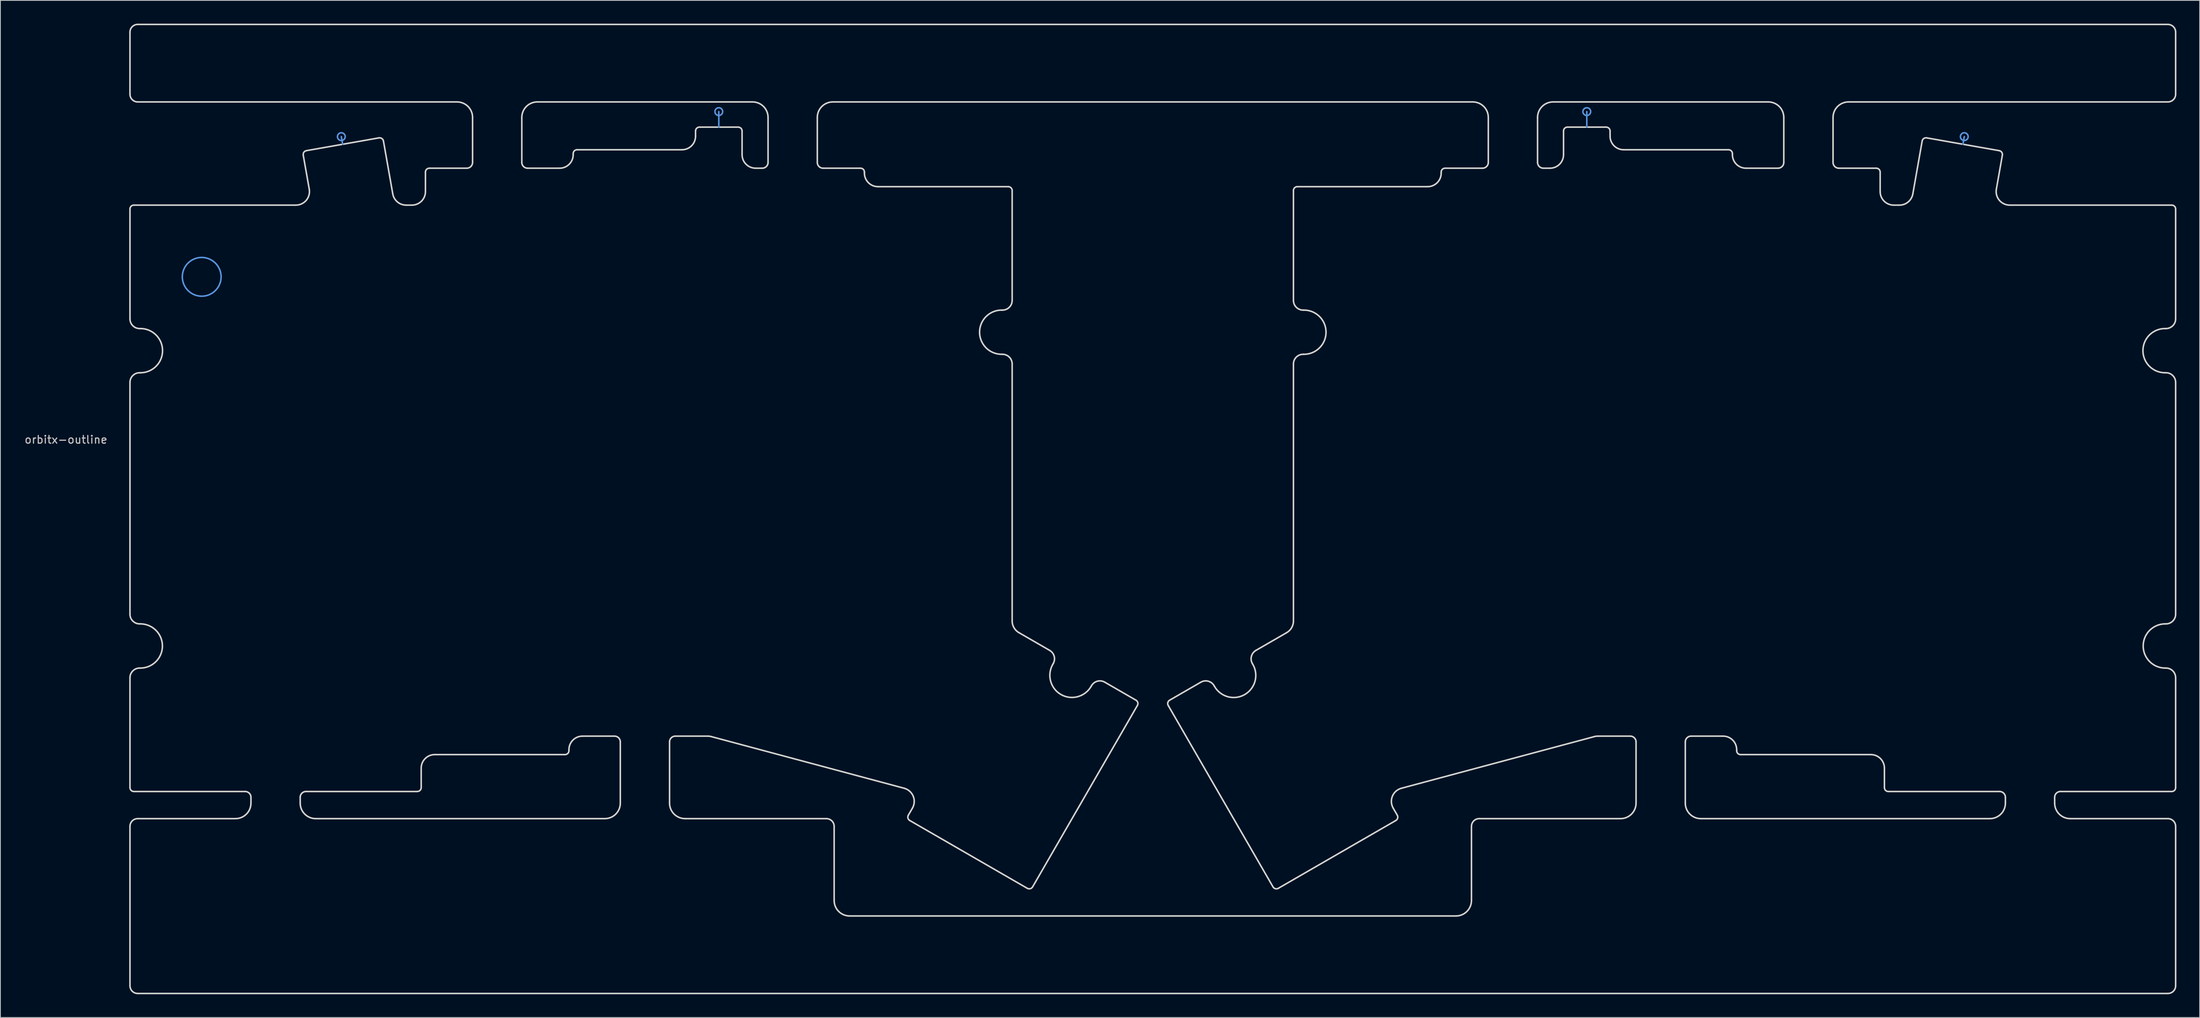
<source format=kicad_pcb>
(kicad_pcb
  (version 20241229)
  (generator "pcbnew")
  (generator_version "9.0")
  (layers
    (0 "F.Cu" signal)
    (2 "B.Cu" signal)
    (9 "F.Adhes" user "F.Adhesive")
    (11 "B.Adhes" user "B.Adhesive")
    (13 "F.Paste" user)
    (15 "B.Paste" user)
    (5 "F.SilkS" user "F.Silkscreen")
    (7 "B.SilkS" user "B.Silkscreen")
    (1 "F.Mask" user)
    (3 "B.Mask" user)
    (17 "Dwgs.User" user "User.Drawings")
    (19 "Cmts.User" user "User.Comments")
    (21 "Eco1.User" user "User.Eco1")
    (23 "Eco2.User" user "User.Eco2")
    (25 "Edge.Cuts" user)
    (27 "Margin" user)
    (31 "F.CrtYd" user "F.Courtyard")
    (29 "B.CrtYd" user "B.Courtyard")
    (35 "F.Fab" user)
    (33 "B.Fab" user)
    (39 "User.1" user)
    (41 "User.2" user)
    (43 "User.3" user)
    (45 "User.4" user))
  (footprint "orbitx-outline"
    (layer "F.Cu")
    (at 22.958 32.669)
    (property "Reference" "orbitx-outline" (at -17.5 21 0) (layer "Dwgs.User") (effects (font (size 1 1) (thickness 0.15))))
    (attr exclude_from_pos_files exclude_from_bom)
    (fp_line (start 18.176 -17.107) (end 18.003 -18.092) (stroke (width 0.2) (type solid)) (layer "Cmts.User"))
    (fp_line (start 66.675 -19.319) (end 66.675 -21.319) (stroke (width 0.2) (type solid)) (layer "Cmts.User"))
    (fp_line (start 178.594 -19.319) (end 178.594 -21.319) (stroke (width 0.2) (type solid)) (layer "Cmts.User"))
    (fp_line (start 227.092 -17.107) (end 227.266 -18.092) (stroke (width 0.2) (type solid)) (layer "Cmts.User"))
    (fp_circle (center -0.000001 -0.006) (end 2.5 -0.006) (stroke (width 0.2) (type solid)) (fill no) (layer "Cmts.User"))
    (fp_circle (center 18.003 -18.092) (end 18.503 -18.092) (stroke (width 0.2) (type solid)) (fill no) (layer "Cmts.User"))
    (fp_circle (center 66.675 -21.319) (end 67.175 -21.319) (stroke (width 0.2) (type solid)) (fill no) (layer "Cmts.User"))
    (fp_circle (center 178.594 -21.319) (end 179.094 -21.319) (stroke (width 0.2) (type solid)) (fill no) (layer "Cmts.User"))
    (fp_circle (center 227.266 -18.092) (end 227.766 -18.092) (stroke (width 0.2) (type solid)) (fill no) (layer "Cmts.User"))
    (fp_line (start -9.25 -23.569) (end -9.25 -31.569) (stroke (width 0.2) (type solid)) (layer "Edge.Cuts"))
    (fp_line (start -9.25 5.419) (end -9.25 -8.756) (stroke (width 0.2) (type solid)) (layer "Edge.Cuts"))
    (fp_line (start -9.25 65.894) (end -9.25 51.719) (stroke (width 0.2) (type solid)) (layer "Edge.Cuts"))
    (fp_line (start -9.25 43.519) (end -9.25 13.619) (stroke (width 0.2) (type solid)) (layer "Edge.Cuts"))
    (fp_line (start -9.25 91.451) (end -9.25 70.894) (stroke (width 0.2) (type solid)) (layer "Edge.Cuts"))
    (fp_line (start -8.75 -9.256) (end 12.144 -9.256) (stroke (width 0.2) (type solid)) (layer "Edge.Cuts"))
    (fp_line (start -8.25 -32.569) (end 253.519 -32.569) (stroke (width 0.2) (type solid)) (layer "Edge.Cuts"))
    (fp_line (start -8.25 69.894) (end 4.35 69.894) (stroke (width 0.2) (type solid)) (layer "Edge.Cuts"))
    (fp_line (start -8 12.369) (end -7.9 12.369) (stroke (width 0.2) (type solid)) (layer "Edge.Cuts"))
    (fp_line (start -8 50.469) (end -7.9 50.469) (stroke (width 0.2) (type solid)) (layer "Edge.Cuts"))
    (fp_line (start -7.9 44.769) (end -8 44.769) (stroke (width 0.2) (type solid)) (layer "Edge.Cuts"))
    (fp_line (start -7.9 6.669) (end -8 6.669) (stroke (width 0.2) (type solid)) (layer "Edge.Cuts"))
    (fp_line (start 5.6 66.394) (end -8.75 66.394) (stroke (width 0.2) (type solid)) (layer "Edge.Cuts"))
    (fp_line (start 6.35 67.894) (end 6.35 67.144) (stroke (width 0.2) (type solid)) (layer "Edge.Cuts"))
    (fp_line (start 12.7 67.894) (end 12.7 67.144) (stroke (width 0.2) (type solid)) (layer "Edge.Cuts"))
    (fp_line (start 13.45 66.394) (end 27.8 66.394) (stroke (width 0.2) (type solid)) (layer "Edge.Cuts"))
    (fp_line (start 13.499 -16.282) (end 22.854 -17.932) (stroke (width 0.2) (type solid)) (layer "Edge.Cuts"))
    (fp_line (start 13.868 -11.31) (end 13.093 -15.703) (stroke (width 0.2) (type solid)) (layer "Edge.Cuts"))
    (fp_line (start 23.433 -17.526) (end 24.637 -10.702) (stroke (width 0.2) (type solid)) (layer "Edge.Cuts"))
    (fp_line (start 26.36 -9.256) (end 27.1 -9.256) (stroke (width 0.2) (type solid)) (layer "Edge.Cuts"))
    (fp_line (start 28.3 65.894) (end 28.3 63.381) (stroke (width 0.2) (type solid)) (layer "Edge.Cuts"))
    (fp_line (start 28.85 -11.006) (end 28.85 -13.519) (stroke (width 0.2) (type solid)) (layer "Edge.Cuts"))
    (fp_line (start 29.35 -14.019) (end 34.175 -14.019) (stroke (width 0.2) (type solid)) (layer "Edge.Cuts"))
    (fp_line (start 30.05 61.631) (end 46.85 61.631) (stroke (width 0.2) (type solid)) (layer "Edge.Cuts"))
    (fp_line (start 32.925 -22.569) (end -8.25 -22.569) (stroke (width 0.2) (type solid)) (layer "Edge.Cuts"))
    (fp_line (start 34.925 -14.769) (end 34.925 -20.569) (stroke (width 0.2) (type solid)) (layer "Edge.Cuts"))
    (fp_line (start 41.275 -20.569) (end 41.275 -14.769) (stroke (width 0.2) (type solid)) (layer "Edge.Cuts"))
    (fp_line (start 42.025 -14.019) (end 46.15 -14.019) (stroke (width 0.2) (type solid)) (layer "Edge.Cuts"))
    (fp_line (start 47.35 61.131) (end 47.35 61) (stroke (width 0.2) (type solid)) (layer "Edge.Cuts"))
    (fp_line (start 47.9 -15.769) (end 47.9 -15.9) (stroke (width 0.2) (type solid)) (layer "Edge.Cuts"))
    (fp_line (start 48.4 -16.4) (end 61.925 -16.4) (stroke (width 0.2) (type solid)) (layer "Edge.Cuts"))
    (fp_line (start 49.1 59.25) (end 53.225 59.25) (stroke (width 0.2) (type solid)) (layer "Edge.Cuts"))
    (fp_line (start 51.975 69.894) (end 14.7 69.894) (stroke (width 0.2) (type solid)) (layer "Edge.Cuts"))
    (fp_line (start 53.975 60) (end 53.975 67.894) (stroke (width 0.2) (type solid)) (layer "Edge.Cuts"))
    (fp_line (start 60.325 60) (end 60.325 67.894) (stroke (width 0.2) (type solid)) (layer "Edge.Cuts"))
    (fp_line (start 62.325 69.894) (end 80.546 69.894) (stroke (width 0.2) (type solid)) (layer "Edge.Cuts"))
    (fp_line (start 63.675 -18.15) (end 63.675 -18.819) (stroke (width 0.2) (type solid)) (layer "Edge.Cuts"))
    (fp_line (start 64.175 -19.319) (end 69.175 -19.319) (stroke (width 0.2) (type solid)) (layer "Edge.Cuts"))
    (fp_line (start 65.249 59.25) (end 61.075 59.25) (stroke (width 0.2) (type solid)) (layer "Edge.Cuts"))
    (fp_line (start 69.675 -18.819) (end 69.675 -15.769) (stroke (width 0.2) (type solid)) (layer "Edge.Cuts"))
    (fp_line (start 71.025 -22.569) (end 43.275 -22.569) (stroke (width 0.2) (type solid)) (layer "Edge.Cuts"))
    (fp_line (start 71.425 -14.019) (end 72.275 -14.019) (stroke (width 0.2) (type solid)) (layer "Edge.Cuts"))
    (fp_line (start 73.025 -14.769) (end 73.025 -20.569) (stroke (width 0.2) (type solid)) (layer "Edge.Cuts"))
    (fp_line (start 79.375 -20.569) (end 79.375 -14.769) (stroke (width 0.2) (type solid)) (layer "Edge.Cuts"))
    (fp_line (start 80.125 -14.019) (end 84.95 -14.019) (stroke (width 0.2) (type solid)) (layer "Edge.Cuts"))
    (fp_line (start 81.546 70.894) (end 81.546 80.451) (stroke (width 0.2) (type solid)) (layer "Edge.Cuts"))
    (fp_line (start 83.546 82.451) (end 161.723 82.451) (stroke (width 0.2) (type solid)) (layer "Edge.Cuts"))
    (fp_line (start 85.45 -13.519) (end 85.45 -13.387) (stroke (width 0.2) (type solid)) (layer "Edge.Cuts"))
    (fp_line (start 87.2 -11.637) (end 104 -11.637) (stroke (width 0.2) (type solid)) (layer "Edge.Cuts"))
    (fp_line (start 90.576 65.975) (end 65.702 59.31) (stroke (width 0.2) (type solid)) (layer "Edge.Cuts"))
    (fp_line (start 91.113 69.451) (end 91.639 68.54) (stroke (width 0.2) (type solid)) (layer "Edge.Cuts"))
    (fp_line (start 103.15 9.988) (end 103.25 9.988) (stroke (width 0.2) (type solid)) (layer "Edge.Cuts"))
    (fp_line (start 103.25 4.287) (end 103.15 4.287) (stroke (width 0.2) (type solid)) (layer "Edge.Cuts"))
    (fp_line (start 104.5 -11.137) (end 104.5 3.038) (stroke (width 0.2) (type solid)) (layer "Edge.Cuts"))
    (fp_line (start 104.5 11.238) (end 104.5 44.386) (stroke (width 0.2) (type solid)) (layer "Edge.Cuts"))
    (fp_line (start 105.375 45.901) (end 109.336 48.188) (stroke (width 0.2) (type solid)) (layer "Edge.Cuts"))
    (fp_line (start 106.452 78.884) (end 91.296 70.134) (stroke (width 0.2) (type solid)) (layer "Edge.Cuts"))
    (fp_line (start 109.793 49.896) (end 109.743 49.982) (stroke (width 0.2) (type solid)) (layer "Edge.Cuts"))
    (fp_line (start 114.68 52.832) (end 114.73 52.746) (stroke (width 0.2) (type solid)) (layer "Edge.Cuts"))
    (fp_line (start 116.437 52.288) (end 120.464 54.613) (stroke (width 0.2) (type solid)) (layer "Edge.Cuts"))
    (fp_line (start 120.647 55.296) (end 107.135 78.701) (stroke (width 0.2) (type solid)) (layer "Edge.Cuts"))
    (fp_line (start 124.805 54.613) (end 128.832 52.288) (stroke (width 0.2) (type solid)) (layer "Edge.Cuts"))
    (fp_line (start 130.539 52.746) (end 130.589 52.832) (stroke (width 0.2) (type solid)) (layer "Edge.Cuts"))
    (fp_line (start 135.526 49.982) (end 135.476 49.896) (stroke (width 0.2) (type solid)) (layer "Edge.Cuts"))
    (fp_line (start 135.933 48.188) (end 139.894 45.901) (stroke (width 0.2) (type solid)) (layer "Edge.Cuts"))
    (fp_line (start 138.134 78.701) (end 124.622 55.296) (stroke (width 0.2) (type solid)) (layer "Edge.Cuts"))
    (fp_line (start 140.769 3.038) (end 140.769 -11.137) (stroke (width 0.2) (type solid)) (layer "Edge.Cuts"))
    (fp_line (start 140.769 44.386) (end 140.769 11.238) (stroke (width 0.2) (type solid)) (layer "Edge.Cuts"))
    (fp_line (start 141.269 -11.637) (end 158.069 -11.637) (stroke (width 0.2) (type solid)) (layer "Edge.Cuts"))
    (fp_line (start 142.019 9.988) (end 142.119 9.988) (stroke (width 0.2) (type solid)) (layer "Edge.Cuts"))
    (fp_line (start 142.119 4.287) (end 142.019 4.287) (stroke (width 0.2) (type solid)) (layer "Edge.Cuts"))
    (fp_line (start 153.63 68.54) (end 154.156 69.451) (stroke (width 0.2) (type solid)) (layer "Edge.Cuts"))
    (fp_line (start 153.973 70.134) (end 138.817 78.884) (stroke (width 0.2) (type solid)) (layer "Edge.Cuts"))
    (fp_line (start 159.819 -13.387) (end 159.819 -13.519) (stroke (width 0.2) (type solid)) (layer "Edge.Cuts"))
    (fp_line (start 160.319 -14.019) (end 165.144 -14.019) (stroke (width 0.2) (type solid)) (layer "Edge.Cuts"))
    (fp_line (start 163.723 80.451) (end 163.723 70.894) (stroke (width 0.2) (type solid)) (layer "Edge.Cuts"))
    (fp_line (start 163.894 -22.569) (end 81.375 -22.569) (stroke (width 0.2) (type solid)) (layer "Edge.Cuts"))
    (fp_line (start 164.723 69.894) (end 182.944 69.894) (stroke (width 0.2) (type solid)) (layer "Edge.Cuts"))
    (fp_line (start 165.894 -14.769) (end 165.894 -20.569) (stroke (width 0.2) (type solid)) (layer "Edge.Cuts"))
    (fp_line (start 172.244 -20.569) (end 172.244 -14.769) (stroke (width 0.2) (type solid)) (layer "Edge.Cuts"))
    (fp_line (start 172.994 -14.019) (end 173.844 -14.019) (stroke (width 0.2) (type solid)) (layer "Edge.Cuts"))
    (fp_line (start 175.594 -15.769) (end 175.594 -18.819) (stroke (width 0.2) (type solid)) (layer "Edge.Cuts"))
    (fp_line (start 176.094 -19.319) (end 181.094 -19.319) (stroke (width 0.2) (type solid)) (layer "Edge.Cuts"))
    (fp_line (start 179.567 59.31) (end 154.693 65.975) (stroke (width 0.2) (type solid)) (layer "Edge.Cuts"))
    (fp_line (start 181.594 -18.819) (end 181.594 -18.15) (stroke (width 0.2) (type solid)) (layer "Edge.Cuts"))
    (fp_line (start 183.344 -16.4) (end 196.869 -16.4) (stroke (width 0.2) (type solid)) (layer "Edge.Cuts"))
    (fp_line (start 184.194 59.25) (end 180.02 59.25) (stroke (width 0.2) (type solid)) (layer "Edge.Cuts"))
    (fp_line (start 184.944 67.894) (end 184.944 60) (stroke (width 0.2) (type solid)) (layer "Edge.Cuts"))
    (fp_line (start 191.294 67.894) (end 191.294 60) (stroke (width 0.2) (type solid)) (layer "Edge.Cuts"))
    (fp_line (start 192.044 59.25) (end 196.169 59.25) (stroke (width 0.2) (type solid)) (layer "Edge.Cuts"))
    (fp_line (start 197.369 -15.9) (end 197.369 -15.769) (stroke (width 0.2) (type solid)) (layer "Edge.Cuts"))
    (fp_line (start 197.919 61) (end 197.919 61.131) (stroke (width 0.2) (type solid)) (layer "Edge.Cuts"))
    (fp_line (start 198.419 61.631) (end 215.219 61.631) (stroke (width 0.2) (type solid)) (layer "Edge.Cuts"))
    (fp_line (start 199.119 -14.019) (end 203.244 -14.019) (stroke (width 0.2) (type solid)) (layer "Edge.Cuts"))
    (fp_line (start 201.994 -22.569) (end 174.244 -22.569) (stroke (width 0.2) (type solid)) (layer "Edge.Cuts"))
    (fp_line (start 203.994 -14.769) (end 203.994 -20.569) (stroke (width 0.2) (type solid)) (layer "Edge.Cuts"))
    (fp_line (start 210.344 -20.569) (end 210.344 -14.769) (stroke (width 0.2) (type solid)) (layer "Edge.Cuts"))
    (fp_line (start 211.094 -14.019) (end 215.919 -14.019) (stroke (width 0.2) (type solid)) (layer "Edge.Cuts"))
    (fp_line (start 216.419 -13.519) (end 216.419 -11.006) (stroke (width 0.2) (type solid)) (layer "Edge.Cuts"))
    (fp_line (start 216.969 63.381) (end 216.969 65.894) (stroke (width 0.2) (type solid)) (layer "Edge.Cuts"))
    (fp_line (start 217.469 66.394) (end 231.819 66.394) (stroke (width 0.2) (type solid)) (layer "Edge.Cuts"))
    (fp_line (start 218.169 -9.256) (end 218.909 -9.256) (stroke (width 0.2) (type solid)) (layer "Edge.Cuts"))
    (fp_line (start 220.632 -10.702) (end 221.835 -17.526) (stroke (width 0.2) (type solid)) (layer "Edge.Cuts"))
    (fp_line (start 222.414 -17.932) (end 231.77 -16.282) (stroke (width 0.2) (type solid)) (layer "Edge.Cuts"))
    (fp_line (start 230.569 69.894) (end 193.294 69.894) (stroke (width 0.2) (type solid)) (layer "Edge.Cuts"))
    (fp_line (start 232.176 -15.703) (end 231.401 -11.31) (stroke (width 0.2) (type solid)) (layer "Edge.Cuts"))
    (fp_line (start 232.569 67.144) (end 232.569 67.894) (stroke (width 0.2) (type solid)) (layer "Edge.Cuts"))
    (fp_line (start 233.125 -9.256) (end 254.019 -9.256) (stroke (width 0.2) (type solid)) (layer "Edge.Cuts"))
    (fp_line (start 238.919 67.144) (end 238.919 67.894) (stroke (width 0.2) (type solid)) (layer "Edge.Cuts"))
    (fp_line (start 240.919 69.894) (end 253.519 69.894) (stroke (width 0.2) (type solid)) (layer "Edge.Cuts"))
    (fp_line (start 253.169 50.469) (end 253.269 50.469) (stroke (width 0.2) (type solid)) (layer "Edge.Cuts"))
    (fp_line (start 253.169 12.369) (end 253.269 12.369) (stroke (width 0.2) (type solid)) (layer "Edge.Cuts"))
    (fp_line (start 253.269 6.669) (end 253.169 6.669) (stroke (width 0.2) (type solid)) (layer "Edge.Cuts"))
    (fp_line (start 253.269 44.769) (end 253.169 44.769) (stroke (width 0.2) (type solid)) (layer "Edge.Cuts"))
    (fp_line (start 253.519 -22.569) (end 212.344 -22.569) (stroke (width 0.2) (type solid)) (layer "Edge.Cuts"))
    (fp_line (start 253.519 92.451) (end -8.25 92.451) (stroke (width 0.2) (type solid)) (layer "Edge.Cuts"))
    (fp_line (start 254.019 66.394) (end 239.669 66.394) (stroke (width 0.2) (type solid)) (layer "Edge.Cuts"))
    (fp_line (start 254.519 -31.569) (end 254.519 -23.569) (stroke (width 0.2) (type solid)) (layer "Edge.Cuts"))
    (fp_line (start 254.519 -8.756) (end 254.519 5.419) (stroke (width 0.2) (type solid)) (layer "Edge.Cuts"))
    (fp_line (start 254.519 13.619) (end 254.519 43.519) (stroke (width 0.2) (type solid)) (layer "Edge.Cuts"))
    (fp_line (start 254.519 51.719) (end 254.519 65.894) (stroke (width 0.2) (type solid)) (layer "Edge.Cuts"))
    (fp_line (start 254.519 70.894) (end 254.519 91.451) (stroke (width 0.2) (type solid)) (layer "Edge.Cuts"))
    (fp_arc (start -9.250001 -31.568749) (mid -8.957108 -32.275856) (end -8.250001 -32.568749) (stroke (width 0.2) (type solid)) (layer "Edge.Cuts"))
    (fp_arc (start -9.250001 -8.756249) (mid -9.103554 -9.109802) (end -8.750001 -9.256249) (stroke (width 0.2) (type solid)) (layer "Edge.Cuts"))
    (fp_arc (start -9.250001 13.61875) (mid -8.883884 12.734867) (end -8.000001 12.36875) (stroke (width 0.2) (type solid)) (layer "Edge.Cuts"))
    (fp_arc (start -9.25 51.718751) (mid -8.883884 50.834867) (end -8.000001 50.46875) (stroke (width 0.2) (type solid)) (layer "Edge.Cuts"))
    (fp_arc (start -9.25 70.89375) (mid -8.957107 70.186643) (end -8.25 69.89375) (stroke (width 0.2) (type solid)) (layer "Edge.Cuts"))
    (fp_arc (start -8.75 66.393751) (mid -9.103554 66.247304) (end -9.250001 65.89375) (stroke (width 0.2) (type solid)) (layer "Edge.Cuts"))
    (fp_arc (start -8.250001 -22.568749) (mid -8.957108 -22.861642) (end -9.250001 -23.568749) (stroke (width 0.2) (type solid)) (layer "Edge.Cuts"))
    (fp_arc (start -8.25 92.450506) (mid -8.957107 92.157613) (end -9.25 91.450506) (stroke (width 0.2) (type solid)) (layer "Edge.Cuts"))
    (fp_arc (start -8 6.668751) (mid -8.883884 6.302634) (end -9.250001 5.41875) (stroke (width 0.2) (type solid)) (layer "Edge.Cuts"))
    (fp_arc (start -8 44.76875) (mid -8.883883 44.402633) (end -9.25 43.51875) (stroke (width 0.2) (type solid)) (layer "Edge.Cuts"))
    (fp_arc (start -7.900002 44.76875) (mid -5.050001 47.618749) (end -7.9 50.46875) (stroke (width 0.2) (type solid)) (layer "Edge.Cuts"))
    (fp_arc (start -7.899999 6.66875) (mid -5.05 9.518751) (end -7.900001 12.36875) (stroke (width 0.2) (type solid)) (layer "Edge.Cuts"))
    (fp_arc (start 5.6 66.39375) (mid 6.13033 66.61342) (end 6.35 67.14375) (stroke (width 0.2) (type solid)) (layer "Edge.Cuts"))
    (fp_arc (start 6.349999 67.893749) (mid 5.764213 69.307963) (end 4.35 69.89375) (stroke (width 0.2) (type solid)) (layer "Edge.Cuts"))
    (fp_arc (start 12.699999 67.14375) (mid 12.919669 66.61342) (end 13.449999 66.39375) (stroke (width 0.2) (type solid)) (layer "Edge.Cuts"))
    (fp_arc (start 13.093008 -15.702832) (mid 13.175836 -16.076444) (end 13.498588 -16.28206) (stroke (width 0.2) (type solid)) (layer "Edge.Cuts"))
    (fp_arc (start 13.86756 -11.310133) (mid 13.484724 -9.88137) (end 12.144146 -9.256249) (stroke (width 0.2) (type solid)) (layer "Edge.Cuts"))
    (fp_arc (start 14.699999 69.89375) (mid 13.285785 69.307964) (end 12.699999 67.89375) (stroke (width 0.2) (type solid)) (layer "Edge.Cuts"))
    (fp_arc (start 22.854261 -17.931718) (mid 23.227873 -17.84889) (end 23.433489 -17.526138) (stroke (width 0.2) (type solid)) (layer "Edge.Cuts"))
    (fp_arc (start 26.360118 -9.25625) (mid 25.23524 -9.665672) (end 24.636705 -10.702365) (stroke (width 0.2) (type solid)) (layer "Edge.Cuts"))
    (fp_arc (start 28.3 63.38125) (mid 28.812563 62.143813) (end 30.05 61.63125) (stroke (width 0.2) (type solid)) (layer "Edge.Cuts"))
    (fp_arc (start 28.3 65.89375) (mid 28.153553 66.247303) (end 27.8 66.39375) (stroke (width 0.2) (type solid)) (layer "Edge.Cuts"))
    (fp_arc (start 28.85 -13.518749) (mid 28.996447 -13.872302) (end 29.35 -14.018749) (stroke (width 0.2) (type solid)) (layer "Edge.Cuts"))
    (fp_arc (start 28.85 -11.006249) (mid 28.337437 -9.768812) (end 27.1 -9.256249) (stroke (width 0.2) (type solid)) (layer "Edge.Cuts"))
    (fp_arc (start 32.925 -22.568749) (mid 34.339214 -21.982963) (end 34.925 -20.568749) (stroke (width 0.2) (type solid)) (layer "Edge.Cuts"))
    (fp_arc (start 34.925 -14.768749) (mid 34.70533 -14.238419) (end 34.175 -14.018749) (stroke (width 0.2) (type solid)) (layer "Edge.Cuts"))
    (fp_arc (start 41.275 -20.568749) (mid 41.860786 -21.982963) (end 43.275 -22.568749) (stroke (width 0.2) (type solid)) (layer "Edge.Cuts"))
    (fp_arc (start 42.025 -14.018749) (mid 41.49467 -14.238419) (end 41.275 -14.768749) (stroke (width 0.2) (type solid)) (layer "Edge.Cuts"))
    (fp_arc (start 47.35 61) (mid 47.862563 59.762563) (end 49.1 59.25) (stroke (width 0.2) (type solid)) (layer "Edge.Cuts"))
    (fp_arc (start 47.35 61.13125) (mid 47.203553 61.484803) (end 46.85 61.63125) (stroke (width 0.2) (type solid)) (layer "Edge.Cuts"))
    (fp_arc (start 47.9 -15.899999) (mid 48.046447 -16.253552) (end 48.4 -16.399999) (stroke (width 0.2) (type solid)) (layer "Edge.Cuts"))
    (fp_arc (start 47.9 -15.768749) (mid 47.387437 -14.531312) (end 46.15 -14.018749) (stroke (width 0.2) (type solid)) (layer "Edge.Cuts"))
    (fp_arc (start 53.225 59.25) (mid 53.75533 59.46967) (end 53.975 60) (stroke (width 0.2) (type solid)) (layer "Edge.Cuts"))
    (fp_arc (start 53.975 67.89375) (mid 53.389214 69.307964) (end 51.975 69.89375) (stroke (width 0.2) (type solid)) (layer "Edge.Cuts"))
    (fp_arc (start 60.325 60) (mid 60.54467 59.46967) (end 61.075 59.25) (stroke (width 0.2) (type solid)) (layer "Edge.Cuts"))
    (fp_arc (start 62.325 69.89375) (mid 60.910786 69.307964) (end 60.325 67.89375) (stroke (width 0.2) (type solid)) (layer "Edge.Cuts"))
    (fp_arc (start 63.675 -18.818749) (mid 63.821447 -19.172302) (end 64.175 -19.318749) (stroke (width 0.2) (type solid)) (layer "Edge.Cuts"))
    (fp_arc (start 63.675 -18.149999) (mid 63.162437 -16.912562) (end 61.925 -16.399999) (stroke (width 0.2) (type solid)) (layer "Edge.Cuts"))
    (fp_arc (start 65.248939 59.249999) (mid 65.47736 59.26497) (end 65.701873 59.309629) (stroke (width 0.2) (type solid)) (layer "Edge.Cuts"))
    (fp_arc (start 69.175 -19.318749) (mid 69.528553 -19.172302) (end 69.675 -18.818749) (stroke (width 0.2) (type solid)) (layer "Edge.Cuts"))
    (fp_arc (start 71.024999 -22.568749) (mid 72.439213 -21.982963) (end 73.024999 -20.568749) (stroke (width 0.2) (type solid)) (layer "Edge.Cuts"))
    (fp_arc (start 71.425 -14.018749) (mid 70.187563 -14.531312) (end 69.675 -15.768749) (stroke (width 0.2) (type solid)) (layer "Edge.Cuts"))
    (fp_arc (start 73.024999 -14.76875) (mid 72.80533 -14.23842) (end 72.275 -14.018749) (stroke (width 0.2) (type solid)) (layer "Edge.Cuts"))
    (fp_arc (start 79.375 -20.568749) (mid 79.960786 -21.982963) (end 81.375 -22.568749) (stroke (width 0.2) (type solid)) (layer "Edge.Cuts"))
    (fp_arc (start 80.125 -14.018749) (mid 79.59467 -14.238419) (end 79.375 -14.768749) (stroke (width 0.2) (type solid)) (layer "Edge.Cuts"))
    (fp_arc (start 80.546169 69.89375) (mid 81.253276 70.186643) (end 81.546169 70.89375) (stroke (width 0.2) (type solid)) (layer "Edge.Cuts"))
    (fp_arc (start 83.546169 82.450506) (mid 82.131955 81.86472) (end 81.546169 80.450506) (stroke (width 0.2) (type solid)) (layer "Edge.Cuts"))
    (fp_arc (start 84.95 -14.018749) (mid 85.303553 -13.872302) (end 85.45 -13.518749) (stroke (width 0.2) (type solid)) (layer "Edge.Cuts"))
    (fp_arc (start 87.199999 -11.6375) (mid 85.962563 -12.150063) (end 85.45 -13.387499) (stroke (width 0.2) (type solid)) (layer "Edge.Cuts"))
    (fp_arc (start 90.576195 65.974684) (mid 91.740051 66.995358) (end 91.638806 68.540054) (stroke (width 0.2) (type solid)) (layer "Edge.Cuts"))
    (fp_arc (start 91.296169 70.133519) (mid 91.063206 69.829916) (end 91.113156 69.450506) (stroke (width 0.2) (type solid)) (layer "Edge.Cuts"))
    (fp_arc (start 103.149999 9.9875) (mid 100.299999 7.1375) (end 103.149999 4.2875) (stroke (width 0.2) (type solid)) (layer "Edge.Cuts"))
    (fp_arc (start 103.249999 9.987499) (mid 104.133883 10.353616) (end 104.5 11.2375) (stroke (width 0.2) (type solid)) (layer "Edge.Cuts"))
    (fp_arc (start 104 -11.637499) (mid 104.353553 -11.491052) (end 104.5 -11.137499) (stroke (width 0.2) (type solid)) (layer "Edge.Cuts"))
    (fp_arc (start 104.5 3.0375) (mid 104.133883 3.921383) (end 103.25 4.2875) (stroke (width 0.2) (type solid)) (layer "Edge.Cuts"))
    (fp_arc (start 105.374999 45.901453) (mid 104.734455 45.260908) (end 104.499999 44.385908) (stroke (width 0.2) (type solid)) (layer "Edge.Cuts"))
    (fp_arc (start 107.134626 78.700506) (mid 106.831023 78.933468) (end 106.451614 78.883518) (stroke (width 0.2) (type solid)) (layer "Edge.Cuts"))
    (fp_arc (start 109.335687 48.188156) (mid 109.918094 48.947164) (end 109.793219 49.895688) (stroke (width 0.2) (type solid)) (layer "Edge.Cuts"))
    (fp_arc (start 114.679563 52.832291) (mid 110.786391 53.875463) (end 109.743219 49.982291) (stroke (width 0.2) (type solid)) (layer "Edge.Cuts"))
    (fp_arc (start 114.729565 52.745688) (mid 115.488573 52.163281) (end 116.437096 52.288157) (stroke (width 0.2) (type solid)) (layer "Edge.Cuts"))
    (fp_arc (start 120.464114 54.613157) (mid 120.697076 54.91676) (end 120.647126 55.296169) (stroke (width 0.2) (type solid)) (layer "Edge.Cuts"))
    (fp_arc (start 124.621623 55.296169) (mid 124.571673 54.91676) (end 124.804635 54.613157) (stroke (width 0.2) (type solid)) (layer "Edge.Cuts"))
    (fp_arc (start 128.831653 52.288156) (mid 129.780177 52.163281) (end 130.539185 52.745688) (stroke (width 0.2) (type solid)) (layer "Edge.Cuts"))
    (fp_arc (start 135.475531 49.895688) (mid 135.350655 48.947165) (end 135.933062 48.188157) (stroke (width 0.2) (type solid)) (layer "Edge.Cuts"))
    (fp_arc (start 135.525531 49.982291) (mid 134.482358 53.875464) (end 130.589185 52.832291) (stroke (width 0.2) (type solid)) (layer "Edge.Cuts"))
    (fp_arc (start 138.817135 78.883518) (mid 138.437726 78.933468) (end 138.134123 78.700506) (stroke (width 0.2) (type solid)) (layer "Edge.Cuts"))
    (fp_arc (start 140.768749 -11.1375) (mid 140.915196 -11.491053) (end 141.26875 -11.637499) (stroke (width 0.2) (type solid)) (layer "Edge.Cuts"))
    (fp_arc (start 140.76875 11.237501) (mid 141.134866 10.353617) (end 142.018749 9.9875) (stroke (width 0.2) (type solid)) (layer "Edge.Cuts"))
    (fp_arc (start 140.76875 44.385908) (mid 140.534295 45.260908) (end 139.89375 45.901452) (stroke (width 0.2) (type solid)) (layer "Edge.Cuts"))
    (fp_arc (start 142.018749 4.287499) (mid 141.134866 3.921383) (end 140.76875 3.0375) (stroke (width 0.2) (type solid)) (layer "Edge.Cuts"))
    (fp_arc (start 142.118748 4.2875) (mid 144.968749 7.137499) (end 142.11875 9.9875) (stroke (width 0.2) (type solid)) (layer "Edge.Cuts"))
    (fp_arc (start 153.629943 68.540054) (mid 153.528698 66.995358) (end 154.692554 65.974684) (stroke (width 0.2) (type solid)) (layer "Edge.Cuts"))
    (fp_arc (start 154.155592 69.450506) (mid 154.205542 69.829915) (end 153.97258 70.133518) (stroke (width 0.2) (type solid)) (layer "Edge.Cuts"))
    (fp_arc (start 159.818749 -13.51875) (mid 159.965196 -13.872303) (end 160.31875 -14.018749) (stroke (width 0.2) (type solid)) (layer "Edge.Cuts"))
    (fp_arc (start 159.818749 -13.3875) (mid 159.306187 -12.150063) (end 158.06875 -11.637499) (stroke (width 0.2) (type solid)) (layer "Edge.Cuts"))
    (fp_arc (start 163.72258 70.89375) (mid 164.015473 70.186643) (end 164.72258 69.89375) (stroke (width 0.2) (type solid)) (layer "Edge.Cuts"))
    (fp_arc (start 163.72258 80.450506) (mid 163.136794 81.86472) (end 161.72258 82.450506) (stroke (width 0.2) (type solid)) (layer "Edge.Cuts"))
    (fp_arc (start 163.89375 -22.568749) (mid 165.307964 -21.982963) (end 165.89375 -20.568749) (stroke (width 0.2) (type solid)) (layer "Edge.Cuts"))
    (fp_arc (start 165.89375 -14.768749) (mid 165.67408 -14.238419) (end 165.14375 -14.018749) (stroke (width 0.2) (type solid)) (layer "Edge.Cuts"))
    (fp_arc (start 172.24375 -20.568749) (mid 172.829536 -21.982963) (end 174.24375 -22.568749) (stroke (width 0.2) (type solid)) (layer "Edge.Cuts"))
    (fp_arc (start 172.99375 -14.018749) (mid 172.46342 -14.238419) (end 172.24375 -14.768749) (stroke (width 0.2) (type solid)) (layer "Edge.Cuts"))
    (fp_arc (start 175.593749 -18.818749) (mid 175.740196 -19.172302) (end 176.093749 -19.318749) (stroke (width 0.2) (type solid)) (layer "Edge.Cuts"))
    (fp_arc (start 175.593749 -15.768749) (mid 175.081186 -14.531312) (end 173.843749 -14.018749) (stroke (width 0.2) (type solid)) (layer "Edge.Cuts"))
    (fp_arc (start 179.566876 59.30963) (mid 179.791388 59.264972) (end 180.019809 59.25) (stroke (width 0.2) (type solid)) (layer "Edge.Cuts"))
    (fp_arc (start 181.093749 -19.318749) (mid 181.447302 -19.172302) (end 181.593749 -18.818749) (stroke (width 0.2) (type solid)) (layer "Edge.Cuts"))
    (fp_arc (start 183.343749 -16.399999) (mid 182.106312 -16.912562) (end 181.593749 -18.149999) (stroke (width 0.2) (type solid)) (layer "Edge.Cuts"))
    (fp_arc (start 184.19375 59.25) (mid 184.72408 59.46967) (end 184.94375 60) (stroke (width 0.2) (type solid)) (layer "Edge.Cuts"))
    (fp_arc (start 184.943749 67.89375) (mid 184.357963 69.307964) (end 182.943749 69.89375) (stroke (width 0.2) (type solid)) (layer "Edge.Cuts"))
    (fp_arc (start 191.293749 60) (mid 191.513419 59.46967) (end 192.043749 59.25) (stroke (width 0.2) (type solid)) (layer "Edge.Cuts"))
    (fp_arc (start 193.29375 69.89375) (mid 191.879536 69.307964) (end 191.29375 67.89375) (stroke (width 0.2) (type solid)) (layer "Edge.Cuts"))
    (fp_arc (start 196.168749 59.25) (mid 197.406186 59.762563) (end 197.918749 61) (stroke (width 0.2) (type solid)) (layer "Edge.Cuts"))
    (fp_arc (start 196.868749 -16.399999) (mid 197.222302 -16.253552) (end 197.368749 -15.899999) (stroke (width 0.2) (type solid)) (layer "Edge.Cuts"))
    (fp_arc (start 198.41875 61.631251) (mid 198.065196 61.484804) (end 197.918749 61.13125) (stroke (width 0.2) (type solid)) (layer "Edge.Cuts"))
    (fp_arc (start 199.118749 -14.018749) (mid 197.881312 -14.531312) (end 197.368749 -15.768749) (stroke (width 0.2) (type solid)) (layer "Edge.Cuts"))
    (fp_arc (start 201.99375 -22.568749) (mid 203.407964 -21.982963) (end 203.99375 -20.568749) (stroke (width 0.2) (type solid)) (layer "Edge.Cuts"))
    (fp_arc (start 203.99375 -14.768749) (mid 203.77408 -14.238419) (end 203.24375 -14.018749) (stroke (width 0.2) (type solid)) (layer "Edge.Cuts"))
    (fp_arc (start 210.34375 -20.568749) (mid 210.929536 -21.982963) (end 212.34375 -22.568749) (stroke (width 0.2) (type solid)) (layer "Edge.Cuts"))
    (fp_arc (start 211.09375 -14.018749) (mid 210.56342 -14.238419) (end 210.34375 -14.768749) (stroke (width 0.2) (type solid)) (layer "Edge.Cuts"))
    (fp_arc (start 215.218749 61.63125) (mid 216.456186 62.143813) (end 216.968749 63.38125) (stroke (width 0.2) (type solid)) (layer "Edge.Cuts"))
    (fp_arc (start 215.91875 -14.018749) (mid 216.272303 -13.872302) (end 216.41875 -13.518749) (stroke (width 0.2) (type solid)) (layer "Edge.Cuts"))
    (fp_arc (start 217.46875 66.393751) (mid 217.115196 66.247304) (end 216.968749 65.89375) (stroke (width 0.2) (type solid)) (layer "Edge.Cuts"))
    (fp_arc (start 218.168749 -9.256249) (mid 216.931312 -9.768812) (end 216.418749 -11.006249) (stroke (width 0.2) (type solid)) (layer "Edge.Cuts"))
    (fp_arc (start 220.632045 -10.702365) (mid 220.03351 -9.665671) (end 218.908631 -9.256249) (stroke (width 0.2) (type solid)) (layer "Edge.Cuts"))
    (fp_arc (start 221.83526 -17.526138) (mid 222.040876 -17.84889) (end 222.414488 -17.931718) (stroke (width 0.2) (type solid)) (layer "Edge.Cuts"))
    (fp_arc (start 231.770161 -16.28206) (mid 232.092913 -16.076444) (end 232.175741 -15.702832) (stroke (width 0.2) (type solid)) (layer "Edge.Cuts"))
    (fp_arc (start 231.81875 66.393751) (mid 232.349079 66.613421) (end 232.568749 67.14375) (stroke (width 0.2) (type solid)) (layer "Edge.Cuts"))
    (fp_arc (start 232.568749 67.89375) (mid 231.982963 69.307964) (end 230.568749 69.89375) (stroke (width 0.2) (type solid)) (layer "Edge.Cuts"))
    (fp_arc (start 233.124602 -9.256249) (mid 231.784025 -9.881371) (end 231.40119 -11.310134) (stroke (width 0.2) (type solid)) (layer "Edge.Cuts"))
    (fp_arc (start 238.918749 67.14375) (mid 239.138419 66.61342) (end 239.668749 66.39375) (stroke (width 0.2) (type solid)) (layer "Edge.Cuts"))
    (fp_arc (start 240.918749 69.89375) (mid 239.504535 69.307964) (end 238.918749 67.89375) (stroke (width 0.2) (type solid)) (layer "Edge.Cuts"))
    (fp_arc (start 253.168749 12.36875) (mid 250.318749 9.51875) (end 253.168749 6.66875) (stroke (width 0.2) (type solid)) (layer "Edge.Cuts"))
    (fp_arc (start 253.16875 50.46875) (mid 250.31875 47.61875) (end 253.16875 44.76875) (stroke (width 0.2) (type solid)) (layer "Edge.Cuts"))
    (fp_arc (start 253.26875 12.36875) (mid 254.152633 12.734867) (end 254.51875 13.61875) (stroke (width 0.2) (type solid)) (layer "Edge.Cuts"))
    (fp_arc (start 253.26875 50.46875) (mid 254.152633 50.834867) (end 254.51875 51.71875) (stroke (width 0.2) (type solid)) (layer "Edge.Cuts"))
    (fp_arc (start 253.518749 -32.568749) (mid 254.225856 -32.275856) (end 254.518749 -31.568749) (stroke (width 0.2) (type solid)) (layer "Edge.Cuts"))
    (fp_arc (start 253.518749 69.893749) (mid 254.225856 70.186643) (end 254.51875 70.89375) (stroke (width 0.2) (type solid)) (layer "Edge.Cuts"))
    (fp_arc (start 254.01875 -9.256249) (mid 254.372303 -9.109802) (end 254.51875 -8.756249) (stroke (width 0.2) (type solid)) (layer "Edge.Cuts"))
    (fp_arc (start 254.518749 -23.568749) (mid 254.225856 -22.861642) (end 253.518749 -22.568749) (stroke (width 0.2) (type solid)) (layer "Edge.Cuts"))
    (fp_arc (start 254.518749 5.41875) (mid 254.152632 6.302633) (end 253.268749 6.66875) (stroke (width 0.2) (type solid)) (layer "Edge.Cuts"))
    (fp_arc (start 254.518749 91.450505) (mid 254.225856 92.157612) (end 253.51875 92.450506) (stroke (width 0.2) (type solid)) (layer "Edge.Cuts"))
    (fp_arc (start 254.51875 43.51875) (mid 254.152633 44.402633) (end 253.26875 44.76875) (stroke (width 0.2) (type solid)) (layer "Edge.Cuts"))
    (fp_arc (start 254.51875 65.89375) (mid 254.372303 66.247303) (end 254.01875 66.39375) (stroke (width 0.2) (type solid)) (layer "Edge.Cuts")))
  (gr_rect
    (start -3 -3)
    (end 280.577 128.219)
    (stroke (width 0.1) (type default))
    (fill no)
    (layer "Edge.Cuts")))
</source>
